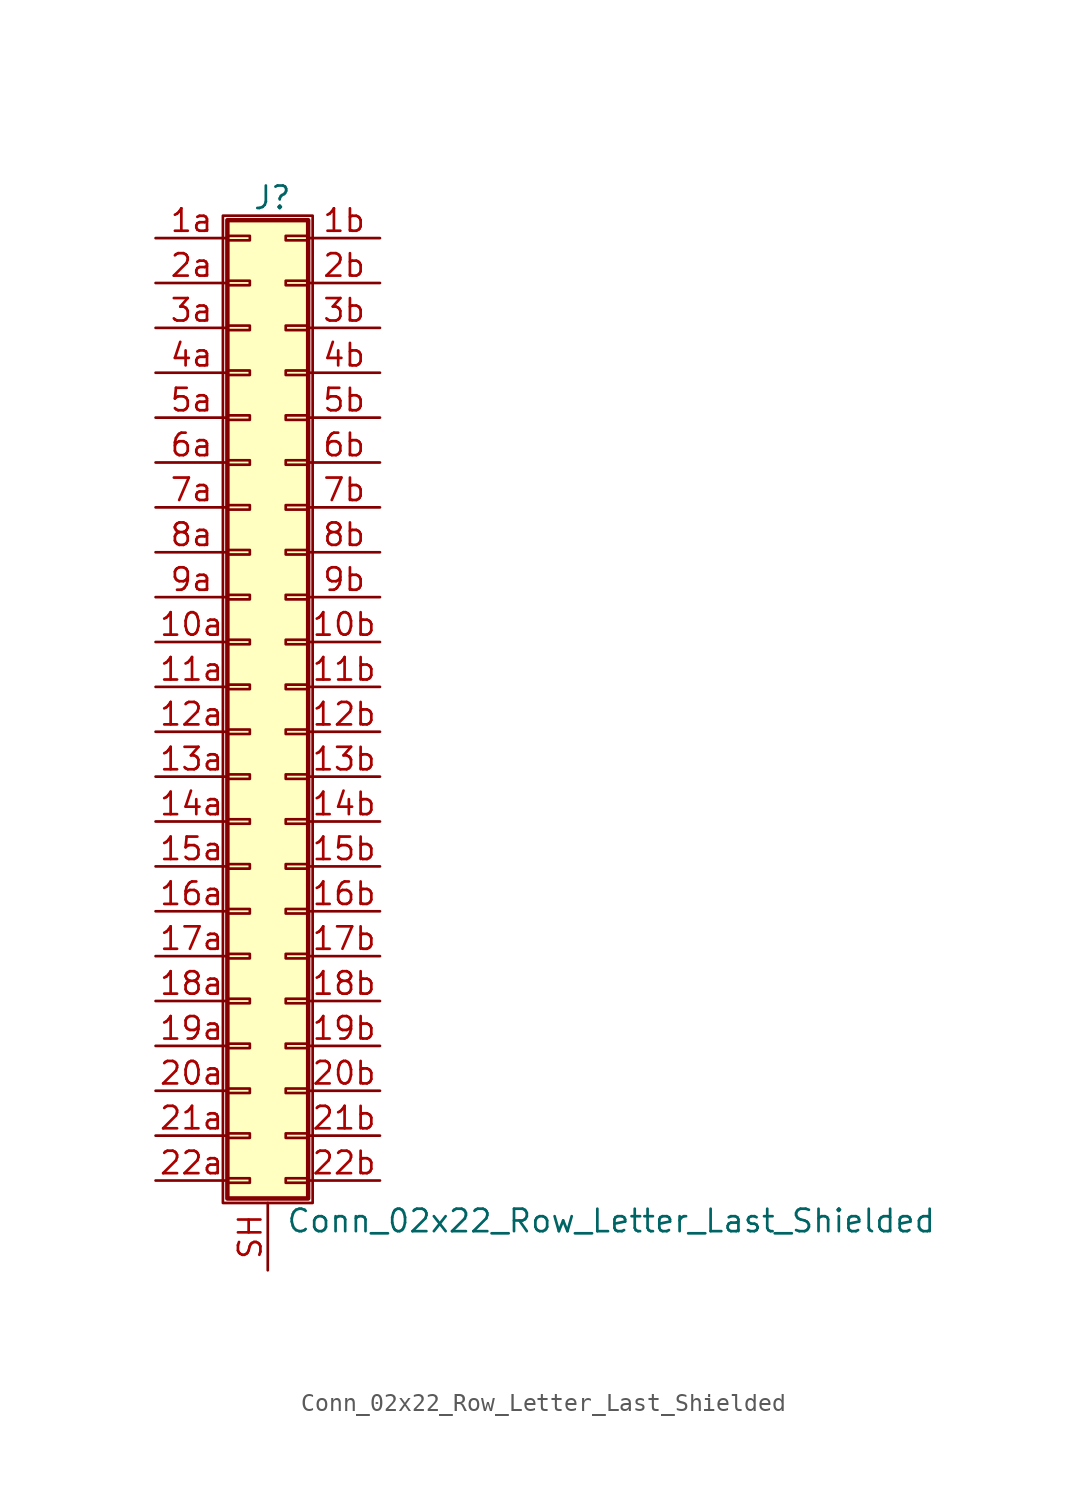
<source format=kicad_sym>
(kicad_symbol_lib
  (version 20211014)
  (generator kicad_symbol_editor)
  (symbol "Conn_02x22_Row_Letter_Last_Shielded"
    (pin_names
      (offset 1.016) hide)
    (property "Reference" "J"
      (at 1.524 27.686 0)
      (effects (font (size 1.27 1.27))))
    (property "Value" "Conn_02x22_Row_Letter_Last_Shielded"
      (at 2.286 -30.226 0)
      (effects (font (size 1.27 1.27)) (justify left)))
    (symbol "Conn_02x22_Row_Letter_Last_Shielded_1_1"
      (rectangle (start -1.27 26.67) (end 3.81 -29.21) (stroke (width 0.152) (type default) (color 0 0 0 0)) (fill (type none)))
      (rectangle (start -1.016 -27.813) (end 0.254 -28.067) (stroke (width 0.152) (type default) (color 0 0 0 0)) (fill (type none)))
      (rectangle (start -1.016 -25.273) (end 0.254 -25.527) (stroke (width 0.152) (type default) (color 0 0 0 0)) (fill (type none)))
      (rectangle (start -1.016 -22.733) (end 0.254 -22.987) (stroke (width 0.152) (type default) (color 0 0 0 0)) (fill (type none)))
      (rectangle (start -1.016 -20.193) (end 0.254 -20.447) (stroke (width 0.152) (type default) (color 0 0 0 0)) (fill (type none)))
      (rectangle (start -1.016 -17.653) (end 0.254 -17.907) (stroke (width 0.152) (type default) (color 0 0 0 0)) (fill (type none)))
      (rectangle (start -1.016 -15.113) (end 0.254 -15.367) (stroke (width 0.152) (type default) (color 0 0 0 0)) (fill (type none)))
      (rectangle (start -1.016 -12.573) (end 0.254 -12.827) (stroke (width 0.152) (type default) (color 0 0 0 0)) (fill (type none)))
      (rectangle (start -1.016 -10.033) (end 0.254 -10.287) (stroke (width 0.152) (type default) (color 0 0 0 0)) (fill (type none)))
      (rectangle (start -1.016 -7.493) (end 0.254 -7.747) (stroke (width 0.152) (type default) (color 0 0 0 0)) (fill (type none)))
      (rectangle (start -1.016 -4.953) (end 0.254 -5.207) (stroke (width 0.152) (type default) (color 0 0 0 0)) (fill (type none)))
      (rectangle (start -1.016 -2.413) (end 0.254 -2.667) (stroke (width 0.152) (type default) (color 0 0 0 0)) (fill (type none)))
      (rectangle (start -1.016 0.127) (end 0.254 -0.127) (stroke (width 0.152) (type default) (color 0 0 0 0)) (fill (type none)))
      (rectangle (start -1.016 2.667) (end 0.254 2.413) (stroke (width 0.152) (type default) (color 0 0 0 0)) (fill (type none)))
      (rectangle (start -1.016 5.207) (end 0.254 4.953) (stroke (width 0.152) (type default) (color 0 0 0 0)) (fill (type none)))
      (rectangle (start -1.016 7.747) (end 0.254 7.493) (stroke (width 0.152) (type default) (color 0 0 0 0)) (fill (type none)))
      (rectangle (start -1.016 10.287) (end 0.254 10.033) (stroke (width 0.152) (type default) (color 0 0 0 0)) (fill (type none)))
      (rectangle (start -1.016 12.827) (end 0.254 12.573) (stroke (width 0.152) (type default) (color 0 0 0 0)) (fill (type none)))
      (rectangle (start -1.016 15.367) (end 0.254 15.113) (stroke (width 0.152) (type default) (color 0 0 0 0)) (fill (type none)))
      (rectangle (start -1.016 17.907) (end 0.254 17.653) (stroke (width 0.152) (type default) (color 0 0 0 0)) (fill (type none)))
      (rectangle (start -1.016 20.447) (end 0.254 20.193) (stroke (width 0.152) (type default) (color 0 0 0 0)) (fill (type none)))
      (rectangle (start -1.016 22.987) (end 0.254 22.733) (stroke (width 0.152) (type default) (color 0 0 0 0)) (fill (type none)))
      (rectangle (start -1.016 25.527) (end 0.254 25.273) (stroke (width 0.152) (type default) (color 0 0 0 0)) (fill (type none)))
      (rectangle (start -1.016 26.416) (end 3.556 -28.956) (stroke (width 0.254) (type default) (color 0 0 0 0)) (fill (type background)))
      (rectangle (start 3.556 -27.813) (end 2.286 -28.067) (stroke (width 0.152) (type default) (color 0 0 0 0)) (fill (type none)))
      (rectangle (start 3.556 -25.273) (end 2.286 -25.527) (stroke (width 0.152) (type default) (color 0 0 0 0)) (fill (type none)))
      (rectangle (start 3.556 -22.733) (end 2.286 -22.987) (stroke (width 0.152) (type default) (color 0 0 0 0)) (fill (type none)))
      (rectangle (start 3.556 -20.193) (end 2.286 -20.447) (stroke (width 0.152) (type default) (color 0 0 0 0)) (fill (type none)))
      (rectangle (start 3.556 -17.653) (end 2.286 -17.907) (stroke (width 0.152) (type default) (color 0 0 0 0)) (fill (type none)))
      (rectangle (start 3.556 -15.113) (end 2.286 -15.367) (stroke (width 0.152) (type default) (color 0 0 0 0)) (fill (type none)))
      (rectangle (start 3.556 -12.573) (end 2.286 -12.827) (stroke (width 0.152) (type default) (color 0 0 0 0)) (fill (type none)))
      (rectangle (start 3.556 -10.033) (end 2.286 -10.287) (stroke (width 0.152) (type default) (color 0 0 0 0)) (fill (type none)))
      (rectangle (start 3.556 -7.493) (end 2.286 -7.747) (stroke (width 0.152) (type default) (color 0 0 0 0)) (fill (type none)))
      (rectangle (start 3.556 -4.953) (end 2.286 -5.207) (stroke (width 0.152) (type default) (color 0 0 0 0)) (fill (type none)))
      (rectangle (start 3.556 -2.413) (end 2.286 -2.667) (stroke (width 0.152) (type default) (color 0 0 0 0)) (fill (type none)))
      (rectangle (start 3.556 0.127) (end 2.286 -0.127) (stroke (width 0.152) (type default) (color 0 0 0 0)) (fill (type none)))
      (rectangle (start 3.556 2.667) (end 2.286 2.413) (stroke (width 0.152) (type default) (color 0 0 0 0)) (fill (type none)))
      (rectangle (start 3.556 5.207) (end 2.286 4.953) (stroke (width 0.152) (type default) (color 0 0 0 0)) (fill (type none)))
      (rectangle (start 3.556 7.747) (end 2.286 7.493) (stroke (width 0.152) (type default) (color 0 0 0 0)) (fill (type none)))
      (rectangle (start 3.556 10.287) (end 2.286 10.033) (stroke (width 0.152) (type default) (color 0 0 0 0)) (fill (type none)))
      (rectangle (start 3.556 12.827) (end 2.286 12.573) (stroke (width 0.152) (type default) (color 0 0 0 0)) (fill (type none)))
      (rectangle (start 3.556 15.367) (end 2.286 15.113) (stroke (width 0.152) (type default) (color 0 0 0 0)) (fill (type none)))
      (rectangle (start 3.556 17.907) (end 2.286 17.653) (stroke (width 0.152) (type default) (color 0 0 0 0)) (fill (type none)))
      (rectangle (start 3.556 20.447) (end 2.286 20.193) (stroke (width 0.152) (type default) (color 0 0 0 0)) (fill (type none)))
      (rectangle (start 3.556 22.987) (end 2.286 22.733) (stroke (width 0.152) (type default) (color 0 0 0 0)) (fill (type none)))
      (rectangle (start 3.556 25.527) (end 2.286 25.273) (stroke (width 0.152) (type default) (color 0 0 0 0)) (fill (type none)))
      (pin passive line (at -5.08 2.54 0) (length 4.064) (name "Pin_10a" (effects (font (size 1.27 1.27)))) (number "10a" (effects (font (size 1.27 1.27)))))
      (pin passive line (at 7.62 2.54 180) (length 4.064) (name "Pin_10b" (effects (font (size 1.27 1.27)))) (number "10b" (effects (font (size 1.27 1.27)))))
      (pin passive line (at -5.08 0 0) (length 4.064) (name "Pin_11a" (effects (font (size 1.27 1.27)))) (number "11a" (effects (font (size 1.27 1.27)))))
      (pin passive line (at 7.62 0 180) (length 4.064) (name "Pin_11b" (effects (font (size 1.27 1.27)))) (number "11b" (effects (font (size 1.27 1.27)))))
      (pin passive line (at -5.08 -2.54 0) (length 4.064) (name "Pin_12a" (effects (font (size 1.27 1.27)))) (number "12a" (effects (font (size 1.27 1.27)))))
      (pin passive line (at 7.62 -2.54 180) (length 4.064) (name "Pin_12b" (effects (font (size 1.27 1.27)))) (number "12b" (effects (font (size 1.27 1.27)))))
      (pin passive line (at -5.08 -5.08 0) (length 4.064) (name "Pin_13a" (effects (font (size 1.27 1.27)))) (number "13a" (effects (font (size 1.27 1.27)))))
      (pin passive line (at 7.62 -5.08 180) (length 4.064) (name "Pin_13b" (effects (font (size 1.27 1.27)))) (number "13b" (effects (font (size 1.27 1.27)))))
      (pin passive line (at -5.08 -7.62 0) (length 4.064) (name "Pin_14a" (effects (font (size 1.27 1.27)))) (number "14a" (effects (font (size 1.27 1.27)))))
      (pin passive line (at 7.62 -7.62 180) (length 4.064) (name "Pin_14b" (effects (font (size 1.27 1.27)))) (number "14b" (effects (font (size 1.27 1.27)))))
      (pin passive line (at -5.08 -10.16 0) (length 4.064) (name "Pin_15a" (effects (font (size 1.27 1.27)))) (number "15a" (effects (font (size 1.27 1.27)))))
      (pin passive line (at 7.62 -10.16 180) (length 4.064) (name "Pin_15b" (effects (font (size 1.27 1.27)))) (number "15b" (effects (font (size 1.27 1.27)))))
      (pin passive line (at -5.08 -12.7 0) (length 4.064) (name "Pin_16a" (effects (font (size 1.27 1.27)))) (number "16a" (effects (font (size 1.27 1.27)))))
      (pin passive line (at 7.62 -12.7 180) (length 4.064) (name "Pin_16b" (effects (font (size 1.27 1.27)))) (number "16b" (effects (font (size 1.27 1.27)))))
      (pin passive line (at -5.08 -15.24 0) (length 4.064) (name "Pin_17a" (effects (font (size 1.27 1.27)))) (number "17a" (effects (font (size 1.27 1.27)))))
      (pin passive line (at 7.62 -15.24 180) (length 4.064) (name "Pin_17b" (effects (font (size 1.27 1.27)))) (number "17b" (effects (font (size 1.27 1.27)))))
      (pin passive line (at -5.08 -17.78 0) (length 4.064) (name "Pin_18a" (effects (font (size 1.27 1.27)))) (number "18a" (effects (font (size 1.27 1.27)))))
      (pin passive line (at 7.62 -17.78 180) (length 4.064) (name "Pin_18b" (effects (font (size 1.27 1.27)))) (number "18b" (effects (font (size 1.27 1.27)))))
      (pin passive line (at -5.08 -20.32 0) (length 4.064) (name "Pin_19a" (effects (font (size 1.27 1.27)))) (number "19a" (effects (font (size 1.27 1.27)))))
      (pin passive line (at 7.62 -20.32 180) (length 4.064) (name "Pin_19b" (effects (font (size 1.27 1.27)))) (number "19b" (effects (font (size 1.27 1.27)))))
      (pin passive line (at -5.08 25.4 0) (length 4.064) (name "Pin_1a" (effects (font (size 1.27 1.27)))) (number "1a" (effects (font (size 1.27 1.27)))))
      (pin passive line (at 7.62 25.4 180) (length 4.064) (name "Pin_1b" (effects (font (size 1.27 1.27)))) (number "1b" (effects (font (size 1.27 1.27)))))
      (pin passive line (at -5.08 -22.86 0) (length 4.064) (name "Pin_20a" (effects (font (size 1.27 1.27)))) (number "20a" (effects (font (size 1.27 1.27)))))
      (pin passive line (at 7.62 -22.86 180) (length 4.064) (name "Pin_20b" (effects (font (size 1.27 1.27)))) (number "20b" (effects (font (size 1.27 1.27)))))
      (pin passive line (at -5.08 -25.4 0) (length 4.064) (name "Pin_21a" (effects (font (size 1.27 1.27)))) (number "21a" (effects (font (size 1.27 1.27)))))
      (pin passive line (at 7.62 -25.4 180) (length 4.064) (name "Pin_21b" (effects (font (size 1.27 1.27)))) (number "21b" (effects (font (size 1.27 1.27)))))
      (pin passive line (at -5.08 -27.94 0) (length 4.064) (name "Pin_22a" (effects (font (size 1.27 1.27)))) (number "22a" (effects (font (size 1.27 1.27)))))
      (pin passive line (at 7.62 -27.94 180) (length 4.064) (name "Pin_22b" (effects (font (size 1.27 1.27)))) (number "22b" (effects (font (size 1.27 1.27)))))
      (pin passive line (at -5.08 22.86 0) (length 4.064) (name "Pin_2a" (effects (font (size 1.27 1.27)))) (number "2a" (effects (font (size 1.27 1.27)))))
      (pin passive line (at 7.62 22.86 180) (length 4.064) (name "Pin_2b" (effects (font (size 1.27 1.27)))) (number "2b" (effects (font (size 1.27 1.27)))))
      (pin passive line (at -5.08 20.32 0) (length 4.064) (name "Pin_3a" (effects (font (size 1.27 1.27)))) (number "3a" (effects (font (size 1.27 1.27)))))
      (pin passive line (at 7.62 20.32 180) (length 4.064) (name "Pin_3b" (effects (font (size 1.27 1.27)))) (number "3b" (effects (font (size 1.27 1.27)))))
      (pin passive line (at -5.08 17.78 0) (length 4.064) (name "Pin_4a" (effects (font (size 1.27 1.27)))) (number "4a" (effects (font (size 1.27 1.27)))))
      (pin passive line (at 7.62 17.78 180) (length 4.064) (name "Pin_4b" (effects (font (size 1.27 1.27)))) (number "4b" (effects (font (size 1.27 1.27)))))
      (pin passive line (at -5.08 15.24 0) (length 4.064) (name "Pin_5a" (effects (font (size 1.27 1.27)))) (number "5a" (effects (font (size 1.27 1.27)))))
      (pin passive line (at 7.62 15.24 180) (length 4.064) (name "Pin_5b" (effects (font (size 1.27 1.27)))) (number "5b" (effects (font (size 1.27 1.27)))))
      (pin passive line (at -5.08 12.7 0) (length 4.064) (name "Pin_6a" (effects (font (size 1.27 1.27)))) (number "6a" (effects (font (size 1.27 1.27)))))
      (pin passive line (at 7.62 12.7 180) (length 4.064) (name "Pin_6b" (effects (font (size 1.27 1.27)))) (number "6b" (effects (font (size 1.27 1.27)))))
      (pin passive line (at -5.08 10.16 0) (length 4.064) (name "Pin_7a" (effects (font (size 1.27 1.27)))) (number "7a" (effects (font (size 1.27 1.27)))))
      (pin passive line (at 7.62 10.16 180) (length 4.064) (name "Pin_7b" (effects (font (size 1.27 1.27)))) (number "7b" (effects (font (size 1.27 1.27)))))
      (pin passive line (at -5.08 7.62 0) (length 4.064) (name "Pin_8a" (effects (font (size 1.27 1.27)))) (number "8a" (effects (font (size 1.27 1.27)))))
      (pin passive line (at 7.62 7.62 180) (length 4.064) (name "Pin_8b" (effects (font (size 1.27 1.27)))) (number "8b" (effects (font (size 1.27 1.27)))))
      (pin passive line (at -5.08 5.08 0) (length 4.064) (name "Pin_9a" (effects (font (size 1.27 1.27)))) (number "9a" (effects (font (size 1.27 1.27)))))
      (pin passive line (at 7.62 5.08 180) (length 4.064) (name "Pin_9b" (effects (font (size 1.27 1.27)))) (number "9b" (effects (font (size 1.27 1.27)))))
      (pin passive line (at 1.27 -33.02 90) (length 3.81) (name "Shield" (effects (font (size 1.27 1.27)))) (number "SH" (effects (font (size 1.27 1.27))))))))
</source>
